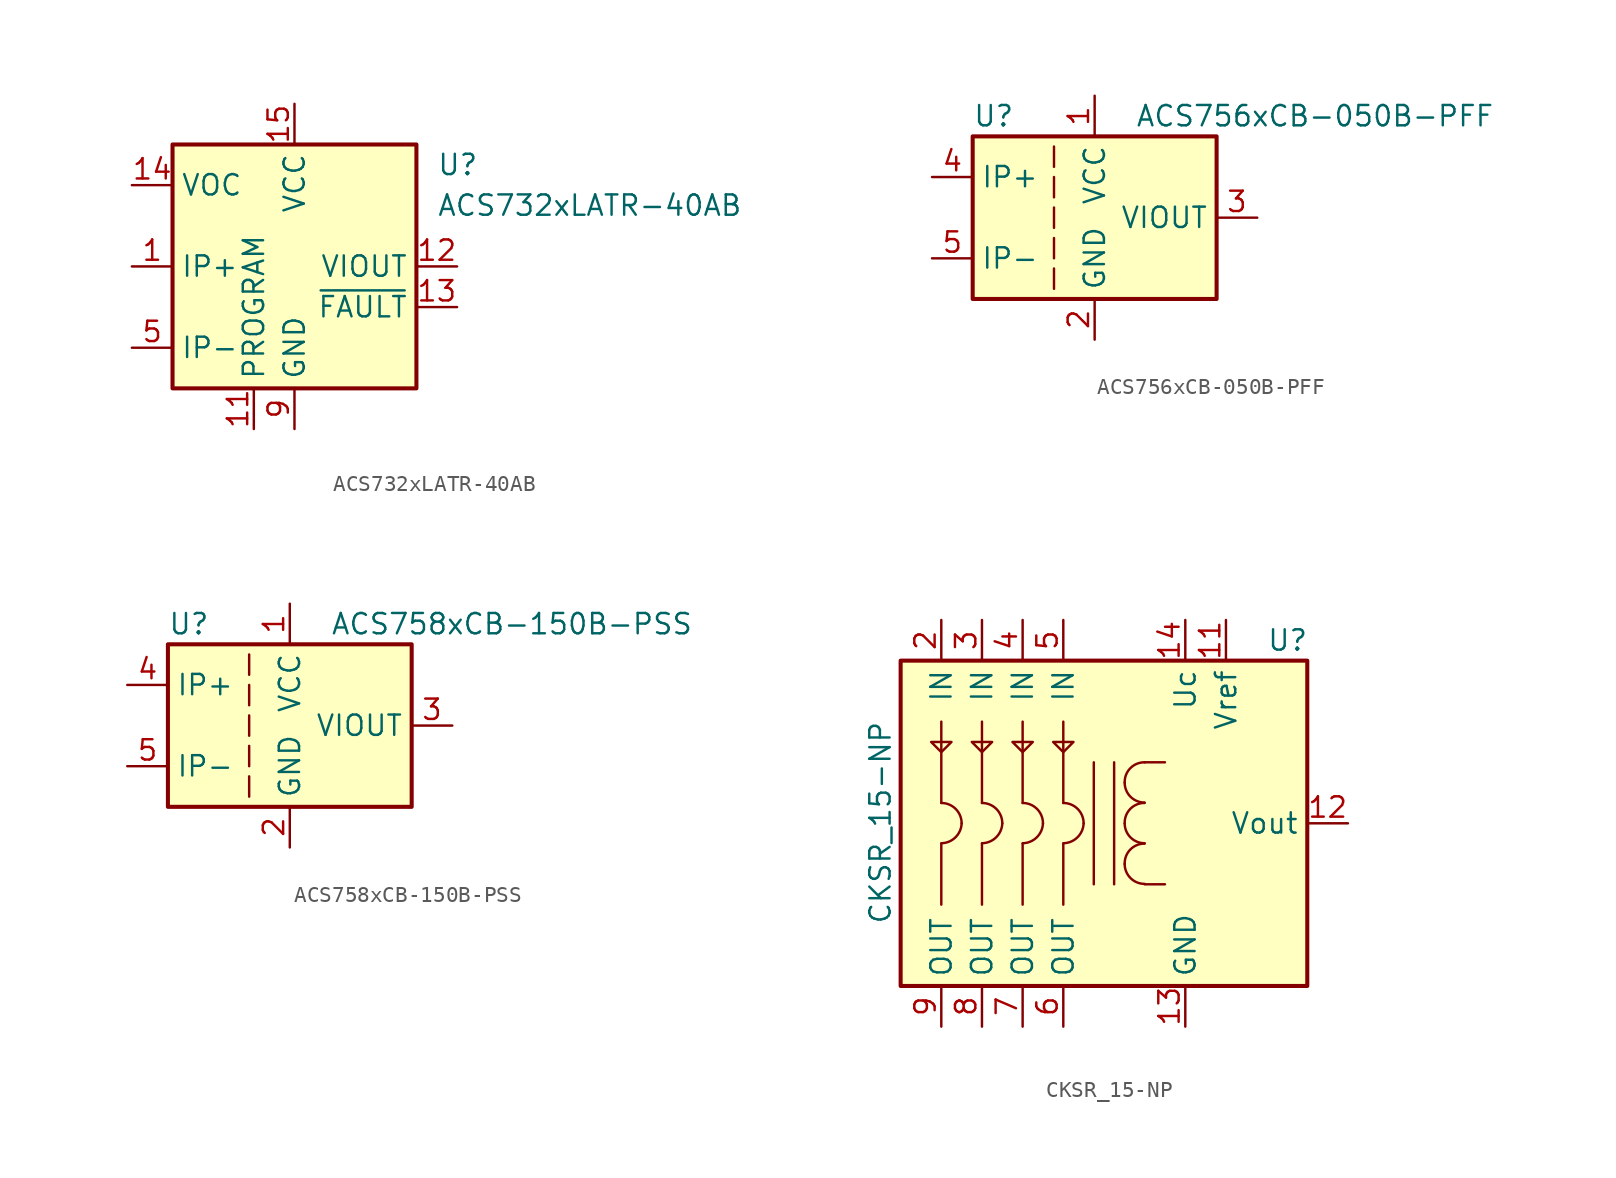
<source format=kicad_sym>
(kicad_symbol_lib
  (version 20211014)
  (generator kicad_symbol_editor)
  (symbol "ACS732xLATR-40AB"
    (property "Reference" "U"
      (at 8.89 6.35 0)
      (effects (font (size 1.27 1.27)) (justify left)))
    (property "Value" "ACS732xLATR-40AB"
      (at 8.89 3.81 0)
      (effects (font (size 1.27 1.27)) (justify left)))
    (symbol "ACS732xLATR-40AB_0_1"
      (rectangle (start -7.62 7.62) (end 7.62 -7.62) (stroke (width 0.254) (type default) (color 0 0 0 0)) (fill (type background))))
    (symbol "ACS732xLATR-40AB_1_1"
      (pin passive line (at -10.16 0 0) (length 2.54) (name "IP+" (effects (font (size 1.27 1.27)))) (number "1" (effects (font (size 1.27 1.27)))))
      (pin passive line (at 0 -10.16 90) (length 2.54) hide (name "GND" (effects (font (size 1.27 1.27)))) (number "10" (effects (font (size 1.27 1.27)))))
      (pin passive line (at -2.54 -10.16 90) (length 2.54) (name "PROGRAM" (effects (font (size 1.27 1.27)))) (number "11" (effects (font (size 1.27 1.27)))))
      (pin output line (at 10.16 0 180) (length 2.54) (name "VIOUT" (effects (font (size 1.27 1.27)))) (number "12" (effects (font (size 1.27 1.27)))))
      (pin output line (at 10.16 -2.54 180) (length 2.54) (name "~{FAULT}" (effects (font (size 1.27 1.27)))) (number "13" (effects (font (size 1.27 1.27)))))
      (pin input line (at -10.16 5.08 0) (length 2.54) (name "VOC" (effects (font (size 1.27 1.27)))) (number "14" (effects (font (size 1.27 1.27)))))
      (pin power_in line (at 0 10.16 270) (length 2.54) (name "VCC" (effects (font (size 1.27 1.27)))) (number "15" (effects (font (size 1.27 1.27)))))
      (pin passive line (at 0 10.16 270) (length 2.54) hide (name "VCC" (effects (font (size 1.27 1.27)))) (number "16" (effects (font (size 1.27 1.27)))))
      (pin passive line (at -10.16 0 0) (length 2.54) hide (name "IP+" (effects (font (size 1.27 1.27)))) (number "2" (effects (font (size 1.27 1.27)))))
      (pin passive line (at -10.16 0 0) (length 2.54) hide (name "IP+" (effects (font (size 1.27 1.27)))) (number "3" (effects (font (size 1.27 1.27)))))
      (pin passive line (at -10.16 0 0) (length 2.54) hide (name "IP+" (effects (font (size 1.27 1.27)))) (number "4" (effects (font (size 1.27 1.27)))))
      (pin passive line (at -10.16 -5.08 0) (length 2.54) (name "IP-" (effects (font (size 1.27 1.27)))) (number "5" (effects (font (size 1.27 1.27)))))
      (pin passive line (at -10.16 -5.08 0) (length 2.54) hide (name "IP-" (effects (font (size 1.27 1.27)))) (number "6" (effects (font (size 1.27 1.27)))))
      (pin passive line (at -10.16 -5.08 0) (length 2.54) hide (name "IP-" (effects (font (size 1.27 1.27)))) (number "7" (effects (font (size 1.27 1.27)))))
      (pin passive line (at -10.16 -5.08 0) (length 2.54) hide (name "IP-" (effects (font (size 1.27 1.27)))) (number "8" (effects (font (size 1.27 1.27)))))
      (pin power_in line (at 0 -10.16 90) (length 2.54) (name "GND" (effects (font (size 1.27 1.27)))) (number "9" (effects (font (size 1.27 1.27)))))))
  (symbol "ACS756xCB-050B-PFF"
    (property "Reference" "U"
      (at -7.62 6.35 0)
      (effects (font (size 1.27 1.27)) (justify left)))
    (property "Value" "ACS756xCB-050B-PFF"
      (at 2.54 6.35 0)
      (effects (font (size 1.27 1.27)) (justify left)))
    (symbol "ACS756xCB-050B-PFF_0_1"
      (rectangle (start -7.62 5.08) (end 7.62 -5.08) (stroke (width 0.254) (type default) (color 0 0 0 0)) (fill (type background)))
      (polyline (pts (xy -2.54 -3.175) (xy -2.54 -4.445)) (stroke (width 0) (type default) (color 0 0 0 0)) (fill (type none)))
      (polyline (pts (xy -2.54 -1.27) (xy -2.54 -2.54)) (stroke (width 0) (type default) (color 0 0 0 0)) (fill (type none)))
      (polyline (pts (xy -2.54 0.635) (xy -2.54 -0.635)) (stroke (width 0) (type default) (color 0 0 0 0)) (fill (type none)))
      (polyline (pts (xy -2.54 1.27) (xy -2.54 2.54)) (stroke (width 0) (type default) (color 0 0 0 0)) (fill (type none)))
      (polyline (pts (xy -2.54 3.175) (xy -2.54 4.445)) (stroke (width 0) (type default) (color 0 0 0 0)) (fill (type none))))
    (symbol "ACS756xCB-050B-PFF_1_1"
      (pin power_in line (at 0 7.62 270) (length 2.54) (name "VCC" (effects (font (size 1.27 1.27)))) (number "1" (effects (font (size 1.27 1.27)))))
      (pin power_in line (at 0 -7.62 90) (length 2.54) (name "GND" (effects (font (size 1.27 1.27)))) (number "2" (effects (font (size 1.27 1.27)))))
      (pin output line (at 10.16 0 180) (length 2.54) (name "VIOUT" (effects (font (size 1.27 1.27)))) (number "3" (effects (font (size 1.27 1.27)))))
      (pin passive line (at -10.16 2.54 0) (length 2.54) (name "IP+" (effects (font (size 1.27 1.27)))) (number "4" (effects (font (size 1.27 1.27)))))
      (pin passive line (at -10.16 -2.54 0) (length 2.54) (name "IP-" (effects (font (size 1.27 1.27)))) (number "5" (effects (font (size 1.27 1.27)))))))
  (symbol "ACS758xCB-150B-PSS"
    (property "Reference" "U"
      (at -7.62 6.35 0)
      (effects (font (size 1.27 1.27)) (justify left)))
    (property "Value" "ACS758xCB-150B-PSS"
      (at 2.54 6.35 0)
      (effects (font (size 1.27 1.27)) (justify left)))
    (symbol "ACS758xCB-150B-PSS_0_1"
      (rectangle (start -7.62 5.08) (end 7.62 -5.08) (stroke (width 0.254) (type default) (color 0 0 0 0)) (fill (type background)))
      (polyline (pts (xy -2.54 -3.175) (xy -2.54 -4.445)) (stroke (width 0) (type default) (color 0 0 0 0)) (fill (type none)))
      (polyline (pts (xy -2.54 -1.27) (xy -2.54 -2.54)) (stroke (width 0) (type default) (color 0 0 0 0)) (fill (type none)))
      (polyline (pts (xy -2.54 0.635) (xy -2.54 -0.635)) (stroke (width 0) (type default) (color 0 0 0 0)) (fill (type none)))
      (polyline (pts (xy -2.54 1.27) (xy -2.54 2.54)) (stroke (width 0) (type default) (color 0 0 0 0)) (fill (type none)))
      (polyline (pts (xy -2.54 3.175) (xy -2.54 4.445)) (stroke (width 0) (type default) (color 0 0 0 0)) (fill (type none))))
    (symbol "ACS758xCB-150B-PSS_1_1"
      (pin power_in line (at 0 7.62 270) (length 2.54) (name "VCC" (effects (font (size 1.27 1.27)))) (number "1" (effects (font (size 1.27 1.27)))))
      (pin power_in line (at 0 -7.62 90) (length 2.54) (name "GND" (effects (font (size 1.27 1.27)))) (number "2" (effects (font (size 1.27 1.27)))))
      (pin output line (at 10.16 0 180) (length 2.54) (name "VIOUT" (effects (font (size 1.27 1.27)))) (number "3" (effects (font (size 1.27 1.27)))))
      (pin passive line (at -10.16 2.54 0) (length 2.54) (name "IP+" (effects (font (size 1.27 1.27)))) (number "4" (effects (font (size 1.27 1.27)))))
      (pin passive line (at -10.16 -2.54 0) (length 2.54) (name "IP-" (effects (font (size 1.27 1.27)))) (number "5" (effects (font (size 1.27 1.27)))))))
  (symbol "CKSR_15-NP"
    (property "Reference" "U"
      (at 10.16 11.43 0)
      (effects (font (size 1.27 1.27)) (justify left)))
    (property "Value" "CKSR_15-NP"
      (at -13.97 -6.35 90)
      (effects (font (size 1.27 1.27)) (justify left)))
    (symbol "CKSR_15-NP_0_1"
      (rectangle (start -12.7 10.16) (end 12.7 -10.16) (stroke (width 0.254) (type default) (color 0 0 0 0)) (fill (type background)))
      (polyline (pts (xy -10.16 -1.27) (xy -10.16 -5.08)) (stroke (width 0) (type default) (color 0 0 0 0)) (fill (type none)))
      (polyline (pts (xy -10.16 1.27) (xy -10.16 6.35)) (stroke (width 0) (type default) (color 0 0 0 0)) (fill (type none)))
      (polyline (pts (xy -7.62 -1.27) (xy -7.62 -5.08)) (stroke (width 0) (type default) (color 0 0 0 0)) (fill (type none)))
      (polyline (pts (xy -7.62 1.27) (xy -7.62 6.35)) (stroke (width 0) (type default) (color 0 0 0 0)) (fill (type none)))
      (polyline (pts (xy -5.08 -1.27) (xy -5.08 -5.08)) (stroke (width 0) (type default) (color 0 0 0 0)) (fill (type none)))
      (polyline (pts (xy -5.08 1.27) (xy -5.08 6.35)) (stroke (width 0) (type default) (color 0 0 0 0)) (fill (type none)))
      (polyline (pts (xy -2.54 -1.27) (xy -2.54 -5.08)) (stroke (width 0) (type default) (color 0 0 0 0)) (fill (type none)))
      (polyline (pts (xy -2.54 1.27) (xy -2.54 6.35)) (stroke (width 0) (type default) (color 0 0 0 0)) (fill (type none)))
      (polyline (pts (xy 2.54 -3.81) (xy 3.81 -3.81)) (stroke (width 0) (type default) (color 0 0 0 0)) (fill (type none)))
      (polyline (pts (xy 2.54 3.81) (xy 3.81 3.81)) (stroke (width 0) (type default) (color 0 0 0 0)) (fill (type none)))
      (polyline (pts (xy -9.525 5.08) (xy -10.795 5.08) (xy -10.16 4.445) (xy -9.525 5.08)) (stroke (width 0) (type default) (color 0 0 0 0)) (fill (type none)))
      (polyline (pts (xy -6.985 5.08) (xy -8.255 5.08) (xy -7.62 4.445) (xy -6.985 5.08)) (stroke (width 0) (type default) (color 0 0 0 0)) (fill (type none)))
      (polyline (pts (xy -4.445 5.08) (xy -5.715 5.08) (xy -5.08 4.445) (xy -4.445 5.08)) (stroke (width 0) (type default) (color 0 0 0 0)) (fill (type none)))
      (polyline (pts (xy -1.905 5.08) (xy -2.54 4.445) (xy -3.175 5.08) (xy -1.905 5.08)) (stroke (width 0) (type default) (color 0 0 0 0)) (fill (type none))))
    (symbol "CKSR_15-NP_1_1"
      (arc (start -10.16 -1.2446) (mid -9.2799 -0.8801) (end -8.89 0) (stroke (width 0) (type default) (color 0 0 0 0)) (fill (type none)))
      (arc (start -8.89 0) (mid -9.262 0.898) (end -10.16 1.27) (stroke (width 0) (type default) (color 0 0 0 0)) (fill (type none)))
      (arc (start -7.62 -1.2446) (mid -6.7399 -0.8801) (end -6.35 0) (stroke (width 0) (type default) (color 0 0 0 0)) (fill (type none)))
      (arc (start -6.35 0) (mid -6.722 0.898) (end -7.62 1.27) (stroke (width 0) (type default) (color 0 0 0 0)) (fill (type none)))
      (arc (start -5.08 -1.2446) (mid -4.1999 -0.8801) (end -3.81 0) (stroke (width 0) (type default) (color 0 0 0 0)) (fill (type none)))
      (arc (start -3.81 0) (mid -4.182 0.898) (end -5.08 1.27) (stroke (width 0) (type default) (color 0 0 0 0)) (fill (type none)))
      (arc (start -2.54 -1.2446) (mid -1.6599 -0.8801) (end -1.27 0) (stroke (width 0) (type default) (color 0 0 0 0)) (fill (type none)))
      (arc (start -1.27 0) (mid -1.642 0.898) (end -2.54 1.27) (stroke (width 0) (type default) (color 0 0 0 0)) (fill (type none)))
      (polyline (pts (xy -0.635 3.81) (xy -0.635 -3.81)) (stroke (width 0) (type default) (color 0 0 0 0)) (fill (type none)))
      (polyline (pts (xy 0.635 -3.81) (xy 0.635 3.81)) (stroke (width 0) (type default) (color 0 0 0 0)) (fill (type none)))
      (arc (start 1.2954 -2.54) (mid 1.6599 -3.4201) (end 2.54 -3.7846) (stroke (width 0) (type default) (color 0 0 0 0)) (fill (type none)))
      (arc (start 1.2954 0) (mid 1.6599 -0.8801) (end 2.54 -1.2446) (stroke (width 0) (type default) (color 0 0 0 0)) (fill (type none)))
      (arc (start 1.2954 2.54) (mid 1.6599 1.6599) (end 2.54 1.2954) (stroke (width 0) (type default) (color 0 0 0 0)) (fill (type none)))
      (arc (start 2.54 -1.27) (mid 1.642 -1.642) (end 1.2954 -2.54) (stroke (width 0) (type default) (color 0 0 0 0)) (fill (type none)))
      (arc (start 2.54 1.27) (mid 1.642 0.898) (end 1.2954 0) (stroke (width 0) (type default) (color 0 0 0 0)) (fill (type none)))
      (arc (start 2.54 3.81) (mid 1.642 3.438) (end 1.2954 2.54) (stroke (width 0) (type default) (color 0 0 0 0)) (fill (type none)))
      (pin bidirectional line (at 7.62 12.7 270) (length 2.54) (name "Vref" (effects (font (size 1.27 1.27)))) (number "11" (effects (font (size 1.27 1.27)))))
      (pin output line (at 15.24 0 180) (length 2.54) (name "Vout" (effects (font (size 1.27 1.27)))) (number "12" (effects (font (size 1.27 1.27)))))
      (pin power_in line (at 5.08 -12.7 90) (length 2.54) (name "GND" (effects (font (size 1.27 1.27)))) (number "13" (effects (font (size 1.27 1.27)))))
      (pin power_in line (at 5.08 12.7 270) (length 2.54) (name "Uc" (effects (font (size 1.27 1.27)))) (number "14" (effects (font (size 1.27 1.27)))))
      (pin passive line (at -10.16 12.7 270) (length 2.54) (name "IN" (effects (font (size 1.27 1.27)))) (number "2" (effects (font (size 1.27 1.27)))))
      (pin passive line (at -7.62 12.7 270) (length 2.54) (name "IN" (effects (font (size 1.27 1.27)))) (number "3" (effects (font (size 1.27 1.27)))))
      (pin passive line (at -5.08 12.7 270) (length 2.54) (name "IN" (effects (font (size 1.27 1.27)))) (number "4" (effects (font (size 1.27 1.27)))))
      (pin passive line (at -2.54 12.7 270) (length 2.54) (name "IN" (effects (font (size 1.27 1.27)))) (number "5" (effects (font (size 1.27 1.27)))))
      (pin passive line (at -2.54 -12.7 90) (length 2.54) (name "OUT" (effects (font (size 1.27 1.27)))) (number "6" (effects (font (size 1.27 1.27)))))
      (pin passive line (at -5.08 -12.7 90) (length 2.54) (name "OUT" (effects (font (size 1.27 1.27)))) (number "7" (effects (font (size 1.27 1.27)))))
      (pin passive line (at -7.62 -12.7 90) (length 2.54) (name "OUT" (effects (font (size 1.27 1.27)))) (number "8" (effects (font (size 1.27 1.27)))))
      (pin passive line (at -10.16 -12.7 90) (length 2.54) (name "OUT" (effects (font (size 1.27 1.27)))) (number "9" (effects (font (size 1.27 1.27))))))))
</source>
